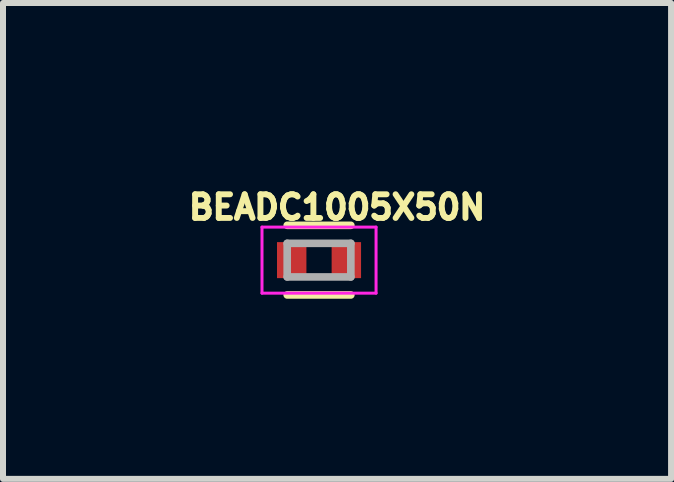
<source format=kicad_pcb>
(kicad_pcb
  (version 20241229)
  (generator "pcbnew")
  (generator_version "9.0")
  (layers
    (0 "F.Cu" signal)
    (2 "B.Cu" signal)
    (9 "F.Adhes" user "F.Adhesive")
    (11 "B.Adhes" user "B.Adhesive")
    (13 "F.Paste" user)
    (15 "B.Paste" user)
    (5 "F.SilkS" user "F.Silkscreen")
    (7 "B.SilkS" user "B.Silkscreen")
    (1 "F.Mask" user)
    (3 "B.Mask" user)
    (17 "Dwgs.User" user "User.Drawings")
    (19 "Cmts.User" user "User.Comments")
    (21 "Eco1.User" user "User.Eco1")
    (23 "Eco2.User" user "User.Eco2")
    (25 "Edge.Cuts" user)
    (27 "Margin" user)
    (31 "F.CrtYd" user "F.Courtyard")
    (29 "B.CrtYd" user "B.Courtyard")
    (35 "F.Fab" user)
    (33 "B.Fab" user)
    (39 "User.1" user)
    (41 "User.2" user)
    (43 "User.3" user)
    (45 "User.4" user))
  (footprint "BEADC1005X50N"
    (layer "F.Cu")
    (at 2.264 1.283)
    (property "Reference" "BEADC1005X50N" (at 0.3 -0.88 0) (layer "F.SilkS") (effects (font (size 0.394 0.394) (thickness 0.15))))
    (attr smd)
    (fp_line (start 0.53 -0.58) (end -0.53 -0.58) (stroke (width 0.127) (type solid)) (layer "F.SilkS"))
    (fp_line (start 0.53 0.58) (end -0.53 0.58) (stroke (width 0.127) (type solid)) (layer "F.SilkS"))
    (fp_line (start -0.95 -0.55) (end 0.95 -0.55) (stroke (width 0.05) (type solid)) (layer "F.CrtYd"))
    (fp_line (start -0.95 0.55) (end -0.95 -0.55) (stroke (width 0.05) (type solid)) (layer "F.CrtYd"))
    (fp_line (start -0.95 0.55) (end 0.95 0.55) (stroke (width 0.05) (type solid)) (layer "F.CrtYd"))
    (fp_line (start 0.95 0.55) (end 0.95 -0.55) (stroke (width 0.05) (type solid)) (layer "F.CrtYd"))
    (fp_line (start -0.53 0.28) (end -0.53 -0.28) (stroke (width 0.127) (type solid)) (layer "F.Fab"))
    (fp_line (start 0.53 -0.28) (end -0.53 -0.28) (stroke (width 0.127) (type solid)) (layer "F.Fab"))
    (fp_line (start 0.53 0.28) (end -0.53 0.28) (stroke (width 0.127) (type solid)) (layer "F.Fab"))
    (fp_line (start 0.53 0.28) (end 0.53 -0.28) (stroke (width 0.127) (type solid)) (layer "F.Fab"))
    (pad "1" smd rect (at -0.455 0) (size 0.49 0.6) (layers "F.Cu" "F.Mask" "F.Paste"))
    (pad "2" smd rect (at 0.455 0) (size 0.49 0.6) (layers "F.Cu" "F.Mask" "F.Paste")))
  (gr_rect
    (start -3 -3)
    (end 8.128 4.927)
    (stroke (width 0.1) (type default))
    (fill no)
    (layer "Edge.Cuts")))
</source>
